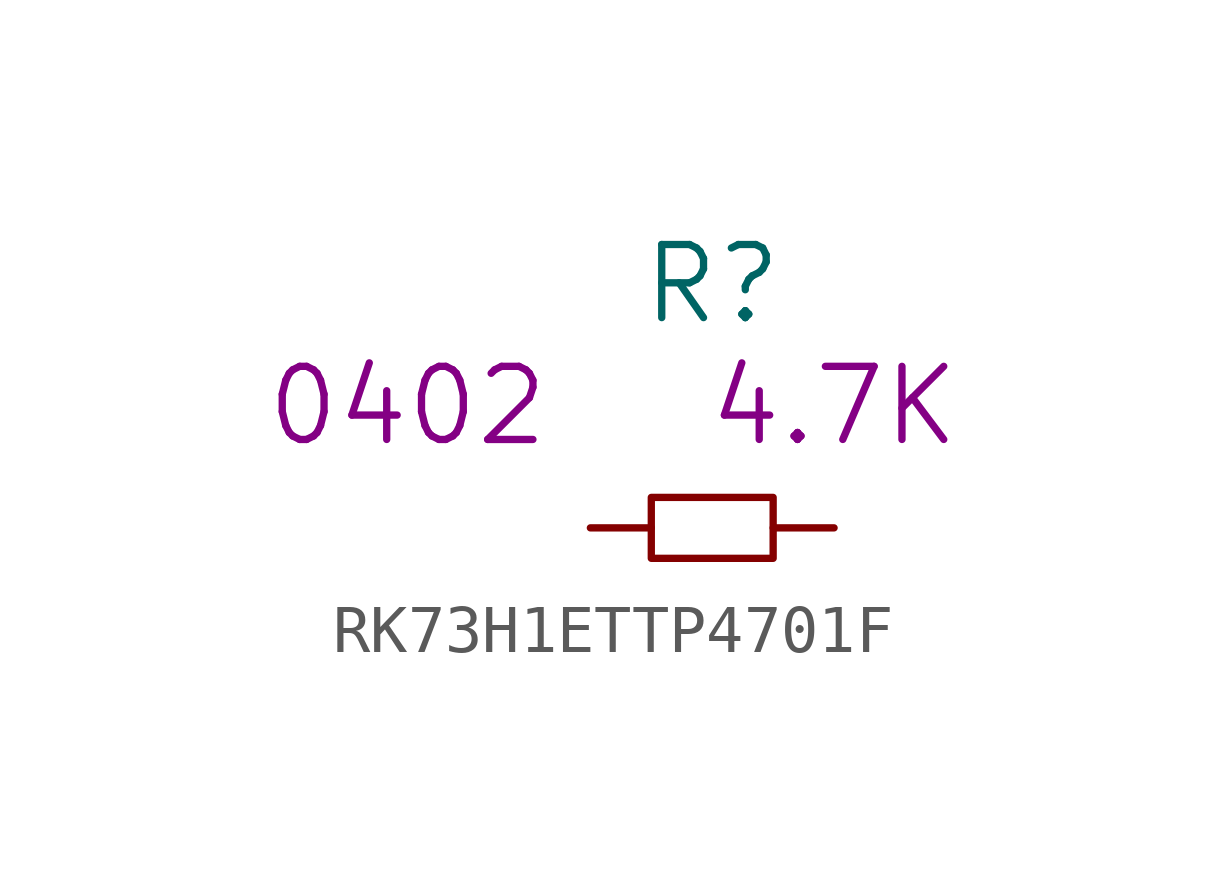
<source format=kicad_sym>
(kicad_symbol_lib
  (version 20220914)
  (generator kicad_symbol_editor)
  (symbol "RK73H1ETTP4701F"
    (pin_numbers hide)
    (pin_names
      (offset 1.016) hide)
    (property "Reference" "R"
      (at 0 5.08 0)
      (effects (font (size 1.524 1.524))))
    (property "Size" "0402"
      (at -6.35 2.54 0)
      (effects (font (size 1.524 1.524))))
    (property "Value2" "4.7K"
      (at 2.54 2.54 0)
      (effects (font (size 1.524 1.524))))
    (symbol "RK73H1ETTP4701F_0_1"
      (rectangle (start -1.27 0.635) (end 1.27 -0.635) (stroke (width 0) (type solid)) (fill (type none))))
    (symbol "RK73H1ETTP4701F_1_1"
      (pin passive line (at -2.54 0 0) (length 1.27) (name "1" (effects (font (size 1.27 1.27)))) (number "1" (effects (font (size 1.27 1.27)))))
      (pin passive line (at 2.54 0 180) (length 1.27) (name "2" (effects (font (size 1.27 1.27)))) (number "2" (effects (font (size 1.27 1.27))))))))
</source>
